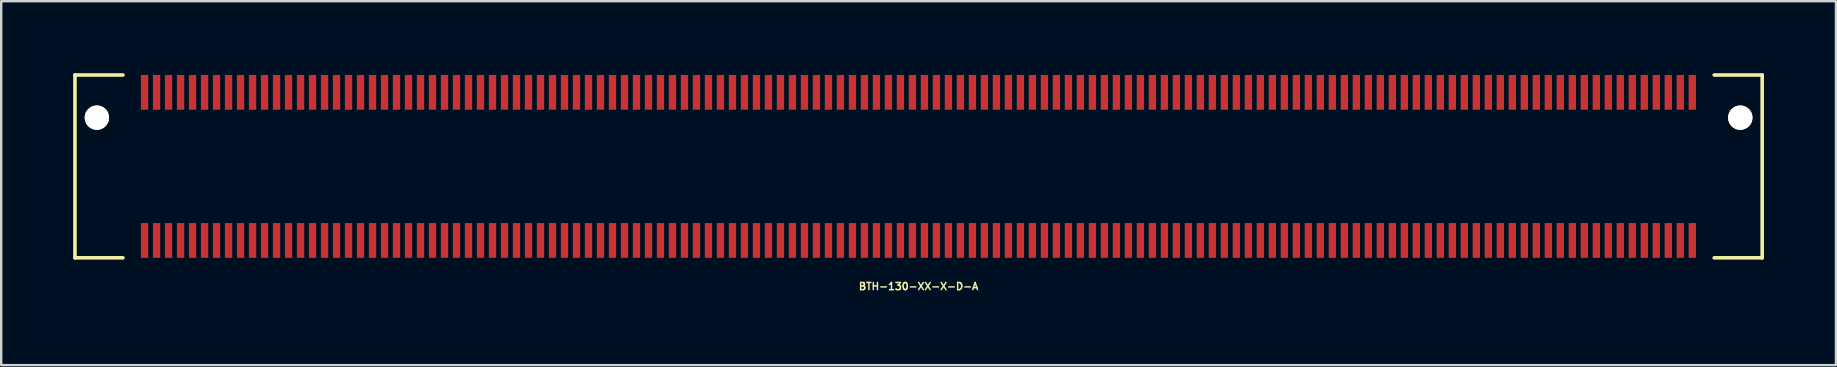
<source format=kicad_pcb>
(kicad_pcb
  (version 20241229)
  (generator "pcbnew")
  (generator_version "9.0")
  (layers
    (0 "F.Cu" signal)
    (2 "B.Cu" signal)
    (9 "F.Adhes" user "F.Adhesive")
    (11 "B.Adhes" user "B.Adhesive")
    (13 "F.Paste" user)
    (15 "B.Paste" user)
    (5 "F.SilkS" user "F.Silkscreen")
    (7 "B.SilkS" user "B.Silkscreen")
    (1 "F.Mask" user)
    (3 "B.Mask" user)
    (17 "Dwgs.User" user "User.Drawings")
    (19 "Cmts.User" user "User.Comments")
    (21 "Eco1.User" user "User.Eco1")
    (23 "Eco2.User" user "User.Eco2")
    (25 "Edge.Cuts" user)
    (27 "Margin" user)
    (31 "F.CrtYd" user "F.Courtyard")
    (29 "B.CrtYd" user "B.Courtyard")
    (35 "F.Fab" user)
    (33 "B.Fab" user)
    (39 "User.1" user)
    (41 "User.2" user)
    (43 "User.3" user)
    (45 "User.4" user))
  (footprint "BTH-130-XX-X-D-A"
    (layer "F.Cu")
    (at 35.231 3.885)
    (property "Reference" "BTH-130-XX-X-D-A" (at 0 5 0) (layer "F.SilkS") (effects (font (size 0.3 0.3) (thickness 0.061))))
    (attr smd)
    (fp_line (start -35.157 -3.81) (end -35.157 3.81) (stroke (width 0.15) (type solid)) (layer "F.SilkS"))
    (fp_line (start -35.157 3.81) (end -33.157 3.81) (stroke (width 0.15) (type solid)) (layer "F.SilkS"))
    (fp_line (start -33.157 -3.81) (end -35.157 -3.81) (stroke (width 0.15) (type solid)) (layer "F.SilkS"))
    (fp_line (start 33.157 -3.81) (end 35.157 -3.81) (stroke (width 0.15) (type solid)) (layer "F.SilkS"))
    (fp_line (start 35.157 -3.81) (end 35.157 3.81) (stroke (width 0.15) (type solid)) (layer "F.SilkS"))
    (fp_line (start 35.157 3.81) (end 33.157 3.81) (stroke (width 0.15) (type solid)) (layer "F.SilkS"))
    (pad "" np_thru_hole circle (at -34.244 -2.032) (size 1.016 1.016) (drill 1.016) (layers "*.Cu" "*.Mask" "F.SilkS"))
    (pad "" np_thru_hole circle (at 34.244 -2.032) (size 1.016 1.016) (drill 1.016) (layers "*.Cu" "*.Mask" "F.SilkS"))
    (pad "1" smd rect (at -32.256 -3.086) (size 0.305 1.448) (layers "F.Cu" "F.Mask" "F.Paste"))
    (pad "2" smd rect (at -32.256 3.086) (size 0.305 1.448) (layers "F.Cu" "F.Mask" "F.Paste"))
    (pad "3" smd rect (at -31.756 -3.086) (size 0.305 1.448) (layers "F.Cu" "F.Mask" "F.Paste"))
    (pad "4" smd rect (at -31.756 3.086) (size 0.305 1.448) (layers "F.Cu" "F.Mask" "F.Paste"))
    (pad "5" smd rect (at -31.256 -3.086) (size 0.305 1.448) (layers "F.Cu" "F.Mask" "F.Paste"))
    (pad "6" smd rect (at -31.256 3.086) (size 0.305 1.448) (layers "F.Cu" "F.Mask" "F.Paste"))
    (pad "7" smd rect (at -30.756 -3.086) (size 0.305 1.448) (layers "F.Cu" "F.Mask" "F.Paste"))
    (pad "8" smd rect (at -30.756 3.086) (size 0.305 1.448) (layers "F.Cu" "F.Mask" "F.Paste"))
    (pad "9" smd rect (at -30.256 -3.086) (size 0.305 1.448) (layers "F.Cu" "F.Mask" "F.Paste"))
    (pad "10" smd rect (at -30.256 3.086) (size 0.305 1.448) (layers "F.Cu" "F.Mask" "F.Paste"))
    (pad "11" smd rect (at -29.756 -3.086) (size 0.305 1.448) (layers "F.Cu" "F.Mask" "F.Paste"))
    (pad "12" smd rect (at -29.756 3.086) (size 0.305 1.448) (layers "F.Cu" "F.Mask" "F.Paste"))
    (pad "13" smd rect (at -29.256 -3.086) (size 0.305 1.448) (layers "F.Cu" "F.Mask" "F.Paste"))
    (pad "14" smd rect (at -29.256 3.086) (size 0.305 1.448) (layers "F.Cu" "F.Mask" "F.Paste"))
    (pad "15" smd rect (at -28.756 -3.086) (size 0.305 1.448) (layers "F.Cu" "F.Mask" "F.Paste"))
    (pad "16" smd rect (at -28.756 3.086) (size 0.305 1.448) (layers "F.Cu" "F.Mask" "F.Paste"))
    (pad "17" smd rect (at -28.256 -3.086) (size 0.305 1.448) (layers "F.Cu" "F.Mask" "F.Paste"))
    (pad "18" smd rect (at -28.256 3.086) (size 0.305 1.448) (layers "F.Cu" "F.Mask" "F.Paste"))
    (pad "19" smd rect (at -27.756 -3.086) (size 0.305 1.448) (layers "F.Cu" "F.Mask" "F.Paste"))
    (pad "20" smd rect (at -27.756 3.086) (size 0.305 1.448) (layers "F.Cu" "F.Mask" "F.Paste"))
    (pad "21" smd rect (at -27.256 -3.086) (size 0.305 1.448) (layers "F.Cu" "F.Mask" "F.Paste"))
    (pad "22" smd rect (at -27.256 3.086) (size 0.305 1.448) (layers "F.Cu" "F.Mask" "F.Paste"))
    (pad "23" smd rect (at -26.756 -3.086) (size 0.305 1.448) (layers "F.Cu" "F.Mask" "F.Paste"))
    (pad "24" smd rect (at -26.756 3.086) (size 0.305 1.448) (layers "F.Cu" "F.Mask" "F.Paste"))
    (pad "25" smd rect (at -26.256 -3.086) (size 0.305 1.448) (layers "F.Cu" "F.Mask" "F.Paste"))
    (pad "26" smd rect (at -26.256 3.086) (size 0.305 1.448) (layers "F.Cu" "F.Mask" "F.Paste"))
    (pad "27" smd rect (at -25.756 -3.086) (size 0.305 1.448) (layers "F.Cu" "F.Mask" "F.Paste"))
    (pad "28" smd rect (at -25.756 3.086) (size 0.305 1.448) (layers "F.Cu" "F.Mask" "F.Paste"))
    (pad "29" smd rect (at -25.256 -3.086) (size 0.305 1.448) (layers "F.Cu" "F.Mask" "F.Paste"))
    (pad "30" smd rect (at -25.256 3.086) (size 0.305 1.448) (layers "F.Cu" "F.Mask" "F.Paste"))
    (pad "31" smd rect (at -24.756 -3.086) (size 0.305 1.448) (layers "F.Cu" "F.Mask" "F.Paste"))
    (pad "32" smd rect (at -24.756 3.086) (size 0.305 1.448) (layers "F.Cu" "F.Mask" "F.Paste"))
    (pad "33" smd rect (at -24.256 -3.086) (size 0.305 1.448) (layers "F.Cu" "F.Mask" "F.Paste"))
    (pad "34" smd rect (at -24.256 3.086) (size 0.305 1.448) (layers "F.Cu" "F.Mask" "F.Paste"))
    (pad "35" smd rect (at -23.756 -3.086) (size 0.305 1.448) (layers "F.Cu" "F.Mask" "F.Paste"))
    (pad "36" smd rect (at -23.756 3.086) (size 0.305 1.448) (layers "F.Cu" "F.Mask" "F.Paste"))
    (pad "37" smd rect (at -23.256 -3.086) (size 0.305 1.448) (layers "F.Cu" "F.Mask" "F.Paste"))
    (pad "38" smd rect (at -23.256 3.086) (size 0.305 1.448) (layers "F.Cu" "F.Mask" "F.Paste"))
    (pad "39" smd rect (at -22.756 -3.086) (size 0.305 1.448) (layers "F.Cu" "F.Mask" "F.Paste"))
    (pad "40" smd rect (at -22.756 3.086) (size 0.305 1.448) (layers "F.Cu" "F.Mask" "F.Paste"))
    (pad "41" smd rect (at -22.256 -3.086) (size 0.305 1.448) (layers "F.Cu" "F.Mask" "F.Paste"))
    (pad "42" smd rect (at -22.256 3.086) (size 0.305 1.448) (layers "F.Cu" "F.Mask" "F.Paste"))
    (pad "43" smd rect (at -21.756 -3.086) (size 0.305 1.448) (layers "F.Cu" "F.Mask" "F.Paste"))
    (pad "44" smd rect (at -21.756 3.086) (size 0.305 1.448) (layers "F.Cu" "F.Mask" "F.Paste"))
    (pad "45" smd rect (at -21.256 -3.086) (size 0.305 1.448) (layers "F.Cu" "F.Mask" "F.Paste"))
    (pad "46" smd rect (at -21.256 3.086) (size 0.305 1.448) (layers "F.Cu" "F.Mask" "F.Paste"))
    (pad "47" smd rect (at -20.756 -3.086) (size 0.305 1.448) (layers "F.Cu" "F.Mask" "F.Paste"))
    (pad "48" smd rect (at -20.756 3.086) (size 0.305 1.448) (layers "F.Cu" "F.Mask" "F.Paste"))
    (pad "49" smd rect (at -20.256 -3.086) (size 0.305 1.448) (layers "F.Cu" "F.Mask" "F.Paste"))
    (pad "50" smd rect (at -20.256 3.086) (size 0.305 1.448) (layers "F.Cu" "F.Mask" "F.Paste"))
    (pad "51" smd rect (at -19.756 -3.086) (size 0.305 1.448) (layers "F.Cu" "F.Mask" "F.Paste"))
    (pad "52" smd rect (at -19.756 3.086) (size 0.305 1.448) (layers "F.Cu" "F.Mask" "F.Paste"))
    (pad "53" smd rect (at -19.256 -3.086) (size 0.305 1.448) (layers "F.Cu" "F.Mask" "F.Paste"))
    (pad "54" smd rect (at -19.256 3.086) (size 0.305 1.448) (layers "F.Cu" "F.Mask" "F.Paste"))
    (pad "55" smd rect (at -18.756 -3.086) (size 0.305 1.448) (layers "F.Cu" "F.Mask" "F.Paste"))
    (pad "56" smd rect (at -18.756 3.086) (size 0.305 1.448) (layers "F.Cu" "F.Mask" "F.Paste"))
    (pad "57" smd rect (at -18.256 -3.086) (size 0.305 1.448) (layers "F.Cu" "F.Mask" "F.Paste"))
    (pad "58" smd rect (at -18.256 3.086) (size 0.305 1.448) (layers "F.Cu" "F.Mask" "F.Paste"))
    (pad "59" smd rect (at -17.756 -3.086) (size 0.305 1.448) (layers "F.Cu" "F.Mask" "F.Paste"))
    (pad "60" smd rect (at -17.756 3.086) (size 0.305 1.448) (layers "F.Cu" "F.Mask" "F.Paste"))
    (pad "61" smd rect (at -17.256 -3.086) (size 0.305 1.448) (layers "F.Cu" "F.Mask" "F.Paste"))
    (pad "62" smd rect (at -17.256 3.086) (size 0.305 1.448) (layers "F.Cu" "F.Mask" "F.Paste"))
    (pad "63" smd rect (at -16.756 -3.086) (size 0.305 1.448) (layers "F.Cu" "F.Mask" "F.Paste"))
    (pad "64" smd rect (at -16.756 3.086) (size 0.305 1.448) (layers "F.Cu" "F.Mask" "F.Paste"))
    (pad "65" smd rect (at -16.256 -3.086) (size 0.305 1.448) (layers "F.Cu" "F.Mask" "F.Paste"))
    (pad "66" smd rect (at -16.256 3.086) (size 0.305 1.448) (layers "F.Cu" "F.Mask" "F.Paste"))
    (pad "67" smd rect (at -15.756 -3.086) (size 0.305 1.448) (layers "F.Cu" "F.Mask" "F.Paste"))
    (pad "68" smd rect (at -15.756 3.086) (size 0.305 1.448) (layers "F.Cu" "F.Mask" "F.Paste"))
    (pad "69" smd rect (at -15.256 -3.086) (size 0.305 1.448) (layers "F.Cu" "F.Mask" "F.Paste"))
    (pad "70" smd rect (at -15.256 3.086) (size 0.305 1.448) (layers "F.Cu" "F.Mask" "F.Paste"))
    (pad "71" smd rect (at -14.756 -3.086) (size 0.305 1.448) (layers "F.Cu" "F.Mask" "F.Paste"))
    (pad "72" smd rect (at -14.756 3.086) (size 0.305 1.448) (layers "F.Cu" "F.Mask" "F.Paste"))
    (pad "73" smd rect (at -14.256 -3.086) (size 0.305 1.448) (layers "F.Cu" "F.Mask" "F.Paste"))
    (pad "74" smd rect (at -14.256 3.086) (size 0.305 1.448) (layers "F.Cu" "F.Mask" "F.Paste"))
    (pad "75" smd rect (at -13.756 -3.086) (size 0.305 1.448) (layers "F.Cu" "F.Mask" "F.Paste"))
    (pad "76" smd rect (at -13.756 3.086) (size 0.305 1.448) (layers "F.Cu" "F.Mask" "F.Paste"))
    (pad "77" smd rect (at -13.256 -3.086) (size 0.305 1.448) (layers "F.Cu" "F.Mask" "F.Paste"))
    (pad "78" smd rect (at -13.256 3.086) (size 0.305 1.448) (layers "F.Cu" "F.Mask" "F.Paste"))
    (pad "79" smd rect (at -12.756 -3.086) (size 0.305 1.448) (layers "F.Cu" "F.Mask" "F.Paste"))
    (pad "80" smd rect (at -12.756 3.086) (size 0.305 1.448) (layers "F.Cu" "F.Mask" "F.Paste"))
    (pad "81" smd rect (at -12.256 -3.086) (size 0.305 1.448) (layers "F.Cu" "F.Mask" "F.Paste"))
    (pad "82" smd rect (at -12.256 3.086) (size 0.305 1.448) (layers "F.Cu" "F.Mask" "F.Paste"))
    (pad "83" smd rect (at -11.756 -3.086) (size 0.305 1.448) (layers "F.Cu" "F.Mask" "F.Paste"))
    (pad "84" smd rect (at -11.756 3.086) (size 0.305 1.448) (layers "F.Cu" "F.Mask" "F.Paste"))
    (pad "85" smd rect (at -11.256 -3.086) (size 0.305 1.448) (layers "F.Cu" "F.Mask" "F.Paste"))
    (pad "86" smd rect (at -11.256 3.086) (size 0.305 1.448) (layers "F.Cu" "F.Mask" "F.Paste"))
    (pad "87" smd rect (at -10.756 -3.086) (size 0.305 1.448) (layers "F.Cu" "F.Mask" "F.Paste"))
    (pad "88" smd rect (at -10.756 3.086) (size 0.305 1.448) (layers "F.Cu" "F.Mask" "F.Paste"))
    (pad "89" smd rect (at -10.256 -3.086) (size 0.305 1.448) (layers "F.Cu" "F.Mask" "F.Paste"))
    (pad "90" smd rect (at -10.256 3.086) (size 0.305 1.448) (layers "F.Cu" "F.Mask" "F.Paste"))
    (pad "91" smd rect (at -9.756 -3.086) (size 0.305 1.448) (layers "F.Cu" "F.Mask" "F.Paste"))
    (pad "92" smd rect (at -9.756 3.086) (size 0.305 1.448) (layers "F.Cu" "F.Mask" "F.Paste"))
    (pad "93" smd rect (at -9.256 -3.086) (size 0.305 1.448) (layers "F.Cu" "F.Mask" "F.Paste"))
    (pad "94" smd rect (at -9.256 3.086) (size 0.305 1.448) (layers "F.Cu" "F.Mask" "F.Paste"))
    (pad "95" smd rect (at -8.756 -3.086) (size 0.305 1.448) (layers "F.Cu" "F.Mask" "F.Paste"))
    (pad "96" smd rect (at -8.756 3.086) (size 0.305 1.448) (layers "F.Cu" "F.Mask" "F.Paste"))
    (pad "97" smd rect (at -8.256 -3.086) (size 0.305 1.448) (layers "F.Cu" "F.Mask" "F.Paste"))
    (pad "98" smd rect (at -8.256 3.086) (size 0.305 1.448) (layers "F.Cu" "F.Mask" "F.Paste"))
    (pad "99" smd rect (at -7.756 -3.086) (size 0.305 1.448) (layers "F.Cu" "F.Mask" "F.Paste"))
    (pad "100" smd rect (at -7.756 3.086) (size 0.305 1.448) (layers "F.Cu" "F.Mask" "F.Paste"))
    (pad "101" smd rect (at -7.256 -3.086) (size 0.305 1.448) (layers "F.Cu" "F.Mask" "F.Paste"))
    (pad "102" smd rect (at -7.256 3.086) (size 0.305 1.448) (layers "F.Cu" "F.Mask" "F.Paste"))
    (pad "103" smd rect (at -6.756 -3.086) (size 0.305 1.448) (layers "F.Cu" "F.Mask" "F.Paste"))
    (pad "104" smd rect (at -6.756 3.086) (size 0.305 1.448) (layers "F.Cu" "F.Mask" "F.Paste"))
    (pad "105" smd rect (at -6.256 -3.086) (size 0.305 1.448) (layers "F.Cu" "F.Mask" "F.Paste"))
    (pad "106" smd rect (at -6.256 3.086) (size 0.305 1.448) (layers "F.Cu" "F.Mask" "F.Paste"))
    (pad "107" smd rect (at -5.756 -3.086) (size 0.305 1.448) (layers "F.Cu" "F.Mask" "F.Paste"))
    (pad "108" smd rect (at -5.756 3.086) (size 0.305 1.448) (layers "F.Cu" "F.Mask" "F.Paste"))
    (pad "109" smd rect (at -5.256 -3.086) (size 0.305 1.448) (layers "F.Cu" "F.Mask" "F.Paste"))
    (pad "110" smd rect (at -5.256 3.086) (size 0.305 1.448) (layers "F.Cu" "F.Mask" "F.Paste"))
    (pad "111" smd rect (at -4.756 -3.086) (size 0.305 1.448) (layers "F.Cu" "F.Mask" "F.Paste"))
    (pad "112" smd rect (at -4.756 3.086) (size 0.305 1.448) (layers "F.Cu" "F.Mask" "F.Paste"))
    (pad "113" smd rect (at -4.256 -3.086) (size 0.305 1.448) (layers "F.Cu" "F.Mask" "F.Paste"))
    (pad "114" smd rect (at -4.256 3.086) (size 0.305 1.448) (layers "F.Cu" "F.Mask" "F.Paste"))
    (pad "115" smd rect (at -3.756 -3.086) (size 0.305 1.448) (layers "F.Cu" "F.Mask" "F.Paste"))
    (pad "116" smd rect (at -3.756 3.086) (size 0.305 1.448) (layers "F.Cu" "F.Mask" "F.Paste"))
    (pad "117" smd rect (at -3.256 -3.086) (size 0.305 1.448) (layers "F.Cu" "F.Mask" "F.Paste"))
    (pad "118" smd rect (at -3.256 3.086) (size 0.305 1.448) (layers "F.Cu" "F.Mask" "F.Paste"))
    (pad "119" smd rect (at -2.756 -3.086) (size 0.305 1.448) (layers "F.Cu" "F.Mask" "F.Paste"))
    (pad "120" smd rect (at -2.756 3.086) (size 0.305 1.448) (layers "F.Cu" "F.Mask" "F.Paste"))
    (pad "121" smd rect (at -2.256 -3.086) (size 0.305 1.448) (layers "F.Cu" "F.Mask" "F.Paste"))
    (pad "122" smd rect (at -2.256 3.086) (size 0.305 1.448) (layers "F.Cu" "F.Mask" "F.Paste"))
    (pad "123" smd rect (at -1.756 -3.086) (size 0.305 1.448) (layers "F.Cu" "F.Mask" "F.Paste"))
    (pad "124" smd rect (at -1.756 3.086) (size 0.305 1.448) (layers "F.Cu" "F.Mask" "F.Paste"))
    (pad "125" smd rect (at -1.256 -3.086) (size 0.305 1.448) (layers "F.Cu" "F.Mask" "F.Paste"))
    (pad "126" smd rect (at -1.256 3.086) (size 0.305 1.448) (layers "F.Cu" "F.Mask" "F.Paste"))
    (pad "127" smd rect (at -0.756 -3.086) (size 0.305 1.448) (layers "F.Cu" "F.Mask" "F.Paste"))
    (pad "128" smd rect (at -0.756 3.086) (size 0.305 1.448) (layers "F.Cu" "F.Mask" "F.Paste"))
    (pad "129" smd rect (at -0.256 -3.086) (size 0.305 1.448) (layers "F.Cu" "F.Mask" "F.Paste"))
    (pad "130" smd rect (at -0.256 3.086) (size 0.305 1.448) (layers "F.Cu" "F.Mask" "F.Paste"))
    (pad "131" smd rect (at 0.244 -3.086) (size 0.305 1.448) (layers "F.Cu" "F.Mask" "F.Paste"))
    (pad "132" smd rect (at 0.244 3.086) (size 0.305 1.448) (layers "F.Cu" "F.Mask" "F.Paste"))
    (pad "133" smd rect (at 0.744 -3.086) (size 0.305 1.448) (layers "F.Cu" "F.Mask" "F.Paste"))
    (pad "134" smd rect (at 0.744 3.086) (size 0.305 1.448) (layers "F.Cu" "F.Mask" "F.Paste"))
    (pad "135" smd rect (at 1.244 -3.086) (size 0.305 1.448) (layers "F.Cu" "F.Mask" "F.Paste"))
    (pad "136" smd rect (at 1.244 3.086) (size 0.305 1.448) (layers "F.Cu" "F.Mask" "F.Paste"))
    (pad "137" smd rect (at 1.744 -3.086) (size 0.305 1.448) (layers "F.Cu" "F.Mask" "F.Paste"))
    (pad "138" smd rect (at 1.744 3.086) (size 0.305 1.448) (layers "F.Cu" "F.Mask" "F.Paste"))
    (pad "139" smd rect (at 2.244 -3.086) (size 0.305 1.448) (layers "F.Cu" "F.Mask" "F.Paste"))
    (pad "140" smd rect (at 2.244 3.086) (size 0.305 1.448) (layers "F.Cu" "F.Mask" "F.Paste"))
    (pad "141" smd rect (at 2.744 -3.086) (size 0.305 1.448) (layers "F.Cu" "F.Mask" "F.Paste"))
    (pad "142" smd rect (at 2.744 3.086) (size 0.305 1.448) (layers "F.Cu" "F.Mask" "F.Paste"))
    (pad "143" smd rect (at 3.244 -3.086) (size 0.305 1.448) (layers "F.Cu" "F.Mask" "F.Paste"))
    (pad "144" smd rect (at 3.244 3.086) (size 0.305 1.448) (layers "F.Cu" "F.Mask" "F.Paste"))
    (pad "145" smd rect (at 3.744 -3.086) (size 0.305 1.448) (layers "F.Cu" "F.Mask" "F.Paste"))
    (pad "146" smd rect (at 3.744 3.086) (size 0.305 1.448) (layers "F.Cu" "F.Mask" "F.Paste"))
    (pad "147" smd rect (at 4.244 -3.086) (size 0.305 1.448) (layers "F.Cu" "F.Mask" "F.Paste"))
    (pad "148" smd rect (at 4.244 3.086) (size 0.305 1.448) (layers "F.Cu" "F.Mask" "F.Paste"))
    (pad "149" smd rect (at 4.744 -3.086) (size 0.305 1.448) (layers "F.Cu" "F.Mask" "F.Paste"))
    (pad "150" smd rect (at 4.744 3.086) (size 0.305 1.448) (layers "F.Cu" "F.Mask" "F.Paste"))
    (pad "151" smd rect (at 5.244 -3.086) (size 0.305 1.448) (layers "F.Cu" "F.Mask" "F.Paste"))
    (pad "152" smd rect (at 5.244 3.086) (size 0.305 1.448) (layers "F.Cu" "F.Mask" "F.Paste"))
    (pad "153" smd rect (at 5.744 -3.086) (size 0.305 1.448) (layers "F.Cu" "F.Mask" "F.Paste"))
    (pad "154" smd rect (at 5.744 3.086) (size 0.305 1.448) (layers "F.Cu" "F.Mask" "F.Paste"))
    (pad "155" smd rect (at 6.244 -3.086) (size 0.305 1.448) (layers "F.Cu" "F.Mask" "F.Paste"))
    (pad "156" smd rect (at 6.244 3.086) (size 0.305 1.448) (layers "F.Cu" "F.Mask" "F.Paste"))
    (pad "157" smd rect (at 6.744 -3.086) (size 0.305 1.448) (layers "F.Cu" "F.Mask" "F.Paste"))
    (pad "158" smd rect (at 6.744 3.086) (size 0.305 1.448) (layers "F.Cu" "F.Mask" "F.Paste"))
    (pad "159" smd rect (at 7.244 -3.086) (size 0.305 1.448) (layers "F.Cu" "F.Mask" "F.Paste"))
    (pad "160" smd rect (at 7.244 3.086) (size 0.305 1.448) (layers "F.Cu" "F.Mask" "F.Paste"))
    (pad "161" smd rect (at 7.744 -3.086) (size 0.305 1.448) (layers "F.Cu" "F.Mask" "F.Paste"))
    (pad "162" smd rect (at 7.744 3.086) (size 0.305 1.448) (layers "F.Cu" "F.Mask" "F.Paste"))
    (pad "163" smd rect (at 8.244 -3.086) (size 0.305 1.448) (layers "F.Cu" "F.Mask" "F.Paste"))
    (pad "164" smd rect (at 8.244 3.086) (size 0.305 1.448) (layers "F.Cu" "F.Mask" "F.Paste"))
    (pad "165" smd rect (at 8.744 -3.086) (size 0.305 1.448) (layers "F.Cu" "F.Mask" "F.Paste"))
    (pad "166" smd rect (at 8.744 3.086) (size 0.305 1.448) (layers "F.Cu" "F.Mask" "F.Paste"))
    (pad "167" smd rect (at 9.244 -3.086) (size 0.305 1.448) (layers "F.Cu" "F.Mask" "F.Paste"))
    (pad "168" smd rect (at 9.244 3.086) (size 0.305 1.448) (layers "F.Cu" "F.Mask" "F.Paste"))
    (pad "169" smd rect (at 9.744 -3.086) (size 0.305 1.448) (layers "F.Cu" "F.Mask" "F.Paste"))
    (pad "170" smd rect (at 9.744 3.086) (size 0.305 1.448) (layers "F.Cu" "F.Mask" "F.Paste"))
    (pad "171" smd rect (at 10.244 -3.086) (size 0.305 1.448) (layers "F.Cu" "F.Mask" "F.Paste"))
    (pad "172" smd rect (at 10.244 3.086) (size 0.305 1.448) (layers "F.Cu" "F.Mask" "F.Paste"))
    (pad "173" smd rect (at 10.744 -3.086) (size 0.305 1.448) (layers "F.Cu" "F.Mask" "F.Paste"))
    (pad "174" smd rect (at 10.744 3.086) (size 0.305 1.448) (layers "F.Cu" "F.Mask" "F.Paste"))
    (pad "175" smd rect (at 11.244 -3.086) (size 0.305 1.448) (layers "F.Cu" "F.Mask" "F.Paste"))
    (pad "176" smd rect (at 11.244 3.086) (size 0.305 1.448) (layers "F.Cu" "F.Mask" "F.Paste"))
    (pad "177" smd rect (at 11.744 -3.086) (size 0.305 1.448) (layers "F.Cu" "F.Mask" "F.Paste"))
    (pad "178" smd rect (at 11.744 3.086) (size 0.305 1.448) (layers "F.Cu" "F.Mask" "F.Paste"))
    (pad "179" smd rect (at 12.244 -3.086) (size 0.305 1.448) (layers "F.Cu" "F.Mask" "F.Paste"))
    (pad "180" smd rect (at 12.244 3.086) (size 0.305 1.448) (layers "F.Cu" "F.Mask" "F.Paste"))
    (pad "181" smd rect (at 12.744 -3.086) (size 0.305 1.448) (layers "F.Cu" "F.Mask" "F.Paste"))
    (pad "182" smd rect (at 12.744 3.086) (size 0.305 1.448) (layers "F.Cu" "F.Mask" "F.Paste"))
    (pad "183" smd rect (at 13.244 -3.086) (size 0.305 1.448) (layers "F.Cu" "F.Mask" "F.Paste"))
    (pad "184" smd rect (at 13.244 3.086) (size 0.305 1.448) (layers "F.Cu" "F.Mask" "F.Paste"))
    (pad "185" smd rect (at 13.744 -3.086) (size 0.305 1.448) (layers "F.Cu" "F.Mask" "F.Paste"))
    (pad "186" smd rect (at 13.744 3.086) (size 0.305 1.448) (layers "F.Cu" "F.Mask" "F.Paste"))
    (pad "187" smd rect (at 14.244 -3.086) (size 0.305 1.448) (layers "F.Cu" "F.Mask" "F.Paste"))
    (pad "188" smd rect (at 14.244 3.086) (size 0.305 1.448) (layers "F.Cu" "F.Mask" "F.Paste"))
    (pad "189" smd rect (at 14.744 -3.086) (size 0.305 1.448) (layers "F.Cu" "F.Mask" "F.Paste"))
    (pad "190" smd rect (at 14.744 3.086) (size 0.305 1.448) (layers "F.Cu" "F.Mask" "F.Paste"))
    (pad "191" smd rect (at 15.244 -3.086) (size 0.305 1.448) (layers "F.Cu" "F.Mask" "F.Paste"))
    (pad "192" smd rect (at 15.244 3.086) (size 0.305 1.448) (layers "F.Cu" "F.Mask" "F.Paste"))
    (pad "193" smd rect (at 15.744 -3.086) (size 0.305 1.448) (layers "F.Cu" "F.Mask" "F.Paste"))
    (pad "194" smd rect (at 15.744 3.086) (size 0.305 1.448) (layers "F.Cu" "F.Mask" "F.Paste"))
    (pad "195" smd rect (at 16.244 -3.086) (size 0.305 1.448) (layers "F.Cu" "F.Mask" "F.Paste"))
    (pad "196" smd rect (at 16.244 3.086) (size 0.305 1.448) (layers "F.Cu" "F.Mask" "F.Paste"))
    (pad "197" smd rect (at 16.744 -3.086) (size 0.305 1.448) (layers "F.Cu" "F.Mask" "F.Paste"))
    (pad "198" smd rect (at 16.744 3.086) (size 0.305 1.448) (layers "F.Cu" "F.Mask" "F.Paste"))
    (pad "199" smd rect (at 17.244 -3.086) (size 0.305 1.448) (layers "F.Cu" "F.Mask" "F.Paste"))
    (pad "200" smd rect (at 17.244 3.086) (size 0.305 1.448) (layers "F.Cu" "F.Mask" "F.Paste"))
    (pad "201" smd rect (at 17.744 -3.086) (size 0.305 1.448) (layers "F.Cu" "F.Mask" "F.Paste"))
    (pad "202" smd rect (at 17.744 3.086) (size 0.305 1.448) (layers "F.Cu" "F.Mask" "F.Paste"))
    (pad "203" smd rect (at 18.244 -3.086) (size 0.305 1.448) (layers "F.Cu" "F.Mask" "F.Paste"))
    (pad "204" smd rect (at 18.244 3.086) (size 0.305 1.448) (layers "F.Cu" "F.Mask" "F.Paste"))
    (pad "205" smd rect (at 18.744 -3.086) (size 0.305 1.448) (layers "F.Cu" "F.Mask" "F.Paste"))
    (pad "206" smd rect (at 18.744 3.086) (size 0.305 1.448) (layers "F.Cu" "F.Mask" "F.Paste"))
    (pad "207" smd rect (at 19.244 -3.086) (size 0.305 1.448) (layers "F.Cu" "F.Mask" "F.Paste"))
    (pad "208" smd rect (at 19.244 3.086) (size 0.305 1.448) (layers "F.Cu" "F.Mask" "F.Paste"))
    (pad "209" smd rect (at 19.744 -3.086) (size 0.305 1.448) (layers "F.Cu" "F.Mask" "F.Paste"))
    (pad "210" smd rect (at 19.744 3.086) (size 0.305 1.448) (layers "F.Cu" "F.Mask" "F.Paste"))
    (pad "211" smd rect (at 20.244 -3.086) (size 0.305 1.448) (layers "F.Cu" "F.Mask" "F.Paste"))
    (pad "212" smd rect (at 20.244 3.086) (size 0.305 1.448) (layers "F.Cu" "F.Mask" "F.Paste"))
    (pad "213" smd rect (at 20.744 -3.086) (size 0.305 1.448) (layers "F.Cu" "F.Mask" "F.Paste"))
    (pad "214" smd rect (at 20.744 3.086) (size 0.305 1.448) (layers "F.Cu" "F.Mask" "F.Paste"))
    (pad "215" smd rect (at 21.244 -3.086) (size 0.305 1.448) (layers "F.Cu" "F.Mask" "F.Paste"))
    (pad "216" smd rect (at 21.244 3.086) (size 0.305 1.448) (layers "F.Cu" "F.Mask" "F.Paste"))
    (pad "217" smd rect (at 21.744 -3.086) (size 0.305 1.448) (layers "F.Cu" "F.Mask" "F.Paste"))
    (pad "218" smd rect (at 21.744 3.086) (size 0.305 1.448) (layers "F.Cu" "F.Mask" "F.Paste"))
    (pad "219" smd rect (at 22.244 -3.086) (size 0.305 1.448) (layers "F.Cu" "F.Mask" "F.Paste"))
    (pad "220" smd rect (at 22.244 3.086) (size 0.305 1.448) (layers "F.Cu" "F.Mask" "F.Paste"))
    (pad "221" smd rect (at 22.744 -3.086) (size 0.305 1.448) (layers "F.Cu" "F.Mask" "F.Paste"))
    (pad "222" smd rect (at 22.744 3.086) (size 0.305 1.448) (layers "F.Cu" "F.Mask" "F.Paste"))
    (pad "223" smd rect (at 23.244 -3.086) (size 0.305 1.448) (layers "F.Cu" "F.Mask" "F.Paste"))
    (pad "224" smd rect (at 23.244 3.086) (size 0.305 1.448) (layers "F.Cu" "F.Mask" "F.Paste"))
    (pad "225" smd rect (at 23.744 -3.086) (size 0.305 1.448) (layers "F.Cu" "F.Mask" "F.Paste"))
    (pad "226" smd rect (at 23.744 3.086) (size 0.305 1.448) (layers "F.Cu" "F.Mask" "F.Paste"))
    (pad "227" smd rect (at 24.244 -3.086) (size 0.305 1.448) (layers "F.Cu" "F.Mask" "F.Paste"))
    (pad "228" smd rect (at 24.244 3.086) (size 0.305 1.448) (layers "F.Cu" "F.Mask" "F.Paste"))
    (pad "229" smd rect (at 24.744 -3.086) (size 0.305 1.448) (layers "F.Cu" "F.Mask" "F.Paste"))
    (pad "230" smd rect (at 24.744 3.086) (size 0.305 1.448) (layers "F.Cu" "F.Mask" "F.Paste"))
    (pad "231" smd rect (at 25.244 -3.086) (size 0.305 1.448) (layers "F.Cu" "F.Mask" "F.Paste"))
    (pad "232" smd rect (at 25.244 3.086) (size 0.305 1.448) (layers "F.Cu" "F.Mask" "F.Paste"))
    (pad "233" smd rect (at 25.744 -3.086) (size 0.305 1.448) (layers "F.Cu" "F.Mask" "F.Paste"))
    (pad "234" smd rect (at 25.744 3.086) (size 0.305 1.448) (layers "F.Cu" "F.Mask" "F.Paste"))
    (pad "235" smd rect (at 26.244 -3.086) (size 0.305 1.448) (layers "F.Cu" "F.Mask" "F.Paste"))
    (pad "236" smd rect (at 26.244 3.086) (size 0.305 1.448) (layers "F.Cu" "F.Mask" "F.Paste"))
    (pad "237" smd rect (at 26.744 -3.086) (size 0.305 1.448) (layers "F.Cu" "F.Mask" "F.Paste"))
    (pad "238" smd rect (at 26.744 3.086) (size 0.305 1.448) (layers "F.Cu" "F.Mask" "F.Paste"))
    (pad "239" smd rect (at 27.244 -3.086) (size 0.305 1.448) (layers "F.Cu" "F.Mask" "F.Paste"))
    (pad "240" smd rect (at 27.244 3.086) (size 0.305 1.448) (layers "F.Cu" "F.Mask" "F.Paste"))
    (pad "241" smd rect (at 27.744 -3.086) (size 0.305 1.448) (layers "F.Cu" "F.Mask" "F.Paste"))
    (pad "242" smd rect (at 27.744 3.086) (size 0.305 1.448) (layers "F.Cu" "F.Mask" "F.Paste"))
    (pad "243" smd rect (at 28.244 -3.086) (size 0.305 1.448) (layers "F.Cu" "F.Mask" "F.Paste"))
    (pad "244" smd rect (at 28.244 3.086) (size 0.305 1.448) (layers "F.Cu" "F.Mask" "F.Paste"))
    (pad "245" smd rect (at 28.744 -3.086) (size 0.305 1.448) (layers "F.Cu" "F.Mask" "F.Paste"))
    (pad "246" smd rect (at 28.744 3.086) (size 0.305 1.448) (layers "F.Cu" "F.Mask" "F.Paste"))
    (pad "247" smd rect (at 29.244 -3.086) (size 0.305 1.448) (layers "F.Cu" "F.Mask" "F.Paste"))
    (pad "248" smd rect (at 29.244 3.086) (size 0.305 1.448) (layers "F.Cu" "F.Mask" "F.Paste"))
    (pad "249" smd rect (at 29.744 -3.086) (size 0.305 1.448) (layers "F.Cu" "F.Mask" "F.Paste"))
    (pad "250" smd rect (at 29.744 3.086) (size 0.305 1.448) (layers "F.Cu" "F.Mask" "F.Paste"))
    (pad "251" smd rect (at 30.244 -3.086) (size 0.305 1.448) (layers "F.Cu" "F.Mask" "F.Paste"))
    (pad "252" smd rect (at 30.244 3.086) (size 0.305 1.448) (layers "F.Cu" "F.Mask" "F.Paste"))
    (pad "253" smd rect (at 30.744 -3.086) (size 0.305 1.448) (layers "F.Cu" "F.Mask" "F.Paste"))
    (pad "254" smd rect (at 30.744 3.086) (size 0.305 1.448) (layers "F.Cu" "F.Mask" "F.Paste"))
    (pad "255" smd rect (at 31.244 -3.086) (size 0.305 1.448) (layers "F.Cu" "F.Mask" "F.Paste"))
    (pad "256" smd rect (at 31.244 3.086) (size 0.305 1.448) (layers "F.Cu" "F.Mask" "F.Paste"))
    (pad "257" smd rect (at 31.744 -3.086) (size 0.305 1.448) (layers "F.Cu" "F.Mask" "F.Paste"))
    (pad "258" smd rect (at 31.744 3.086) (size 0.305 1.448) (layers "F.Cu" "F.Mask" "F.Paste"))
    (pad "259" smd rect (at 32.244 -3.086) (size 0.305 1.448) (layers "F.Cu" "F.Mask" "F.Paste"))
    (pad "260" smd rect (at 32.244 3.086) (size 0.305 1.448) (layers "F.Cu" "F.Mask" "F.Paste")))
  (gr_rect
    (start -3 -3)
    (end 73.463 12.167)
    (stroke (width 0.1) (type default))
    (fill no)
    (layer "Edge.Cuts")))
</source>
